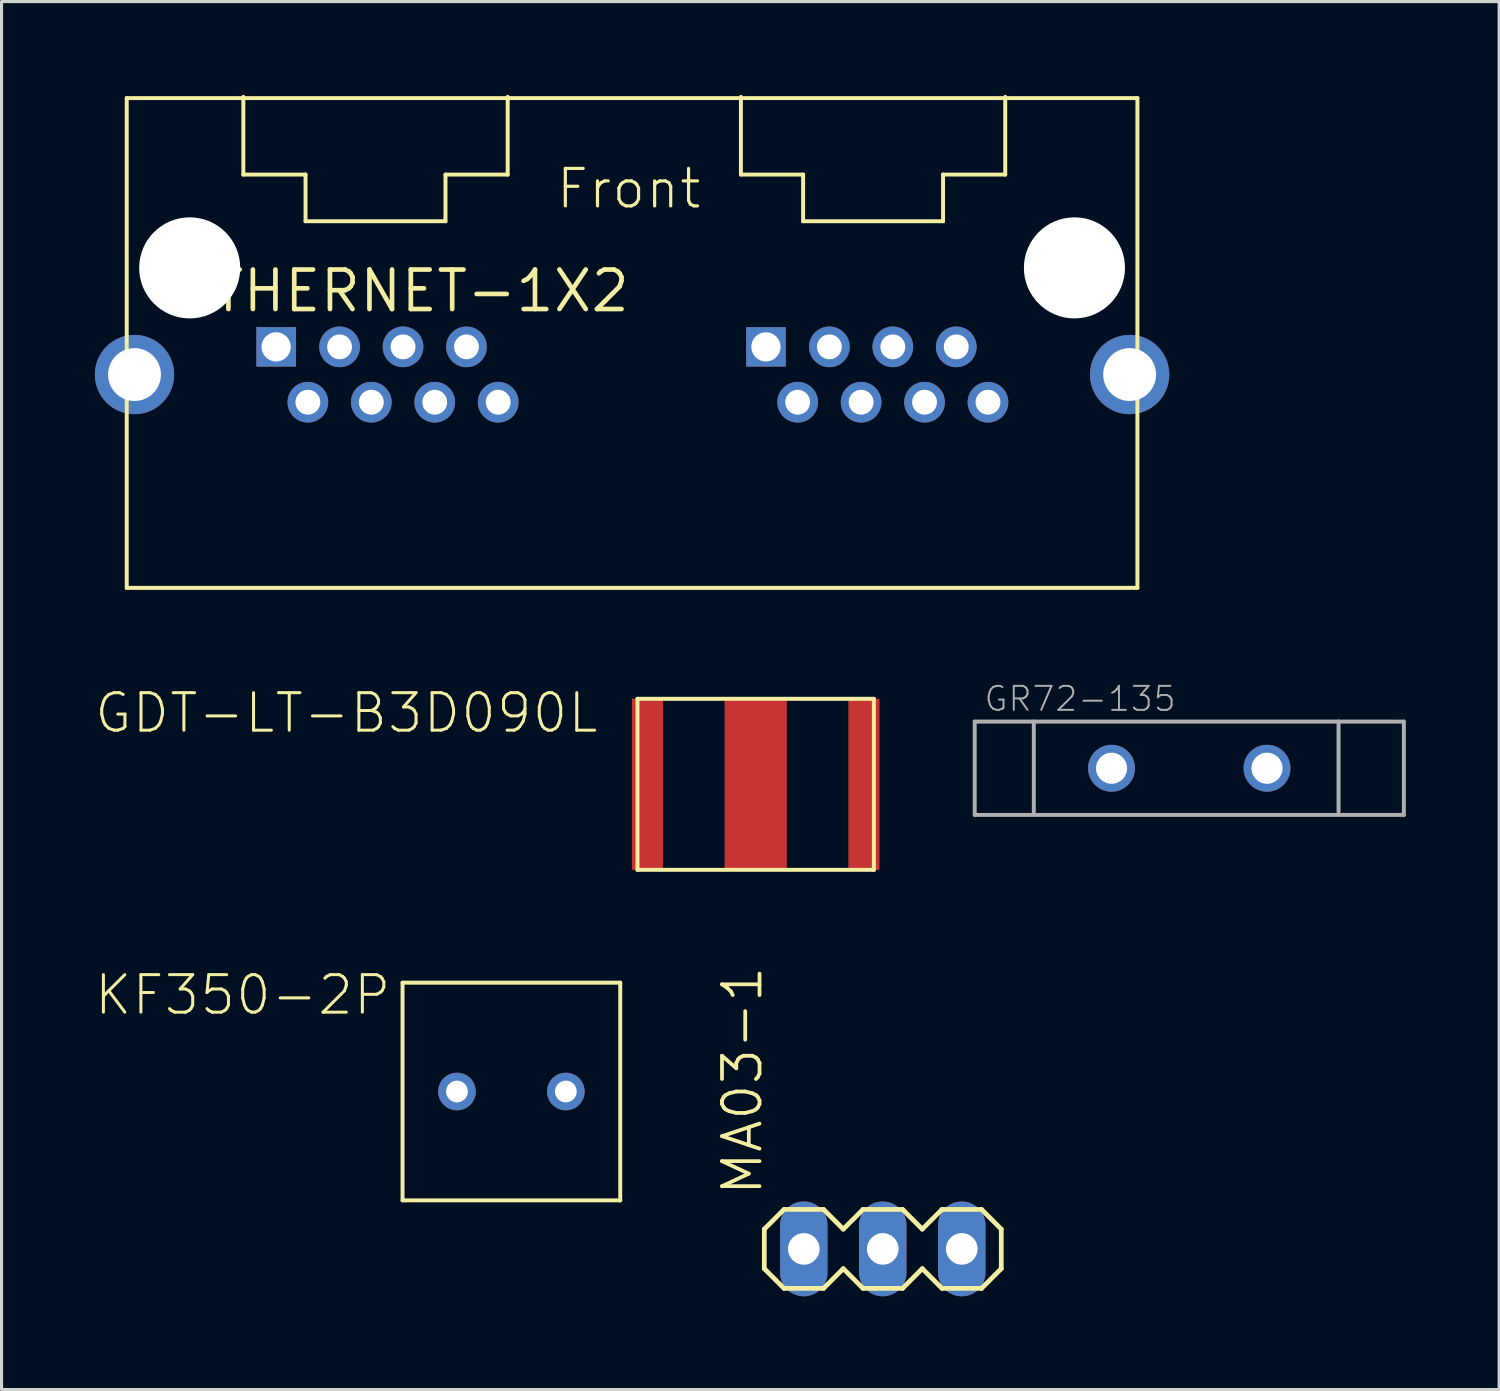
<source format=kicad_pcb>
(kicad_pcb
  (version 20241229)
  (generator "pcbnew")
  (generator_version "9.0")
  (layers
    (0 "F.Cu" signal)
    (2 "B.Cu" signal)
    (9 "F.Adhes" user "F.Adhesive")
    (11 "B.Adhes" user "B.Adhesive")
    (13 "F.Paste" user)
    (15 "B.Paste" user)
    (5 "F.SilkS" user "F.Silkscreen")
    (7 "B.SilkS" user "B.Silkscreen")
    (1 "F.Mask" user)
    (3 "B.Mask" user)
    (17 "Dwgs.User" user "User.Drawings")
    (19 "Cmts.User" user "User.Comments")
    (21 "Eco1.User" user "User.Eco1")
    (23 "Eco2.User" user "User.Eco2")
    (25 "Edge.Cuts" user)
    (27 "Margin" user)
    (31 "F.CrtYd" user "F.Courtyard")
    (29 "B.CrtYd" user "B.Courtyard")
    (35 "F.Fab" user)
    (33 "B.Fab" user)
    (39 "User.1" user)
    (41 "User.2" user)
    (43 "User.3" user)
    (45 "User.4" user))
  (footprint "ETHERNET-1X2"
    (layer "F.Cu")
    (at 17.275 5.564)
    (property "Reference" "ETHERNET-1X2" (at 0 0 0) (layer "F.SilkS") (effects (font (size 1.27 1.27) (thickness 0.15)) (justify right top)))
    (attr through_hole)
    (fp_line (start -16.25 -5.46) (end -16.25 10.29) (stroke (width 0.127) (type solid)) (layer "F.SilkS"))
    (fp_line (start -16.25 -5.46) (end 16.25 -5.46) (stroke (width 0.127) (type solid)) (layer "F.SilkS"))
    (fp_line (start -16.25 10.29) (end 16.25 10.29) (stroke (width 0.127) (type solid)) (layer "F.SilkS"))
    (fp_line (start -12.5 -5.5) (end -12.5 -3) (stroke (width 0.127) (type solid)) (layer "F.SilkS"))
    (fp_line (start -12.5 -3) (end -10.5 -3) (stroke (width 0.127) (type solid)) (layer "F.SilkS"))
    (fp_line (start -10.5 -3) (end -10.5 -1.5) (stroke (width 0.127) (type solid)) (layer "F.SilkS"))
    (fp_line (start -10.5 -1.5) (end -6 -1.5) (stroke (width 0.127) (type solid)) (layer "F.SilkS"))
    (fp_line (start -6 -3) (end -4 -3) (stroke (width 0.127) (type solid)) (layer "F.SilkS"))
    (fp_line (start -6 -1.5) (end -6 -3) (stroke (width 0.127) (type solid)) (layer "F.SilkS"))
    (fp_line (start -4 -3) (end -4 -5.5) (stroke (width 0.127) (type solid)) (layer "F.SilkS"))
    (fp_line (start 3.5 -3) (end 3.5 -5.5) (stroke (width 0.127) (type solid)) (layer "F.SilkS"))
    (fp_line (start 5.5 -3) (end 3.5 -3) (stroke (width 0.127) (type solid)) (layer "F.SilkS"))
    (fp_line (start 5.5 -1.5) (end 5.5 -3) (stroke (width 0.127) (type solid)) (layer "F.SilkS"))
    (fp_line (start 10 -3) (end 10 -1.5) (stroke (width 0.127) (type solid)) (layer "F.SilkS"))
    (fp_line (start 10 -1.5) (end 5.5 -1.5) (stroke (width 0.127) (type solid)) (layer "F.SilkS"))
    (fp_line (start 12 -5.5) (end 12 -3) (stroke (width 0.127) (type solid)) (layer "F.SilkS"))
    (fp_line (start 12 -3) (end 10 -3) (stroke (width 0.127) (type solid)) (layer "F.SilkS"))
    (fp_line (start 16.25 -5.46) (end 16.25 10.29) (stroke (width 0.127) (type solid)) (layer "F.SilkS"))
    (fp_text user "Front" (at -2.5 -1.84 0) (layer "F.SilkS") (effects (font (size 1.206 1.206) (thickness 0.102)) (justify left bottom)))
    (pad "" np_thru_hole circle (at -14.225 0) (size 3.25 3.25) (drill 3.25) (layers "*.Cu" "*.Mask"))
    (pad "" np_thru_hole circle (at 14.225 0) (size 3.25 3.25) (drill 3.25) (layers "*.Cu" "*.Mask"))
    (pad "1-1" thru_hole rect (at 4.305 2.54) (size 1.27 1.27) (drill 0.94) (layers "*.Cu" "*.Mask"))
    (pad "1-2" thru_hole circle (at 5.325 4.32) (size 1.308 1.308) (drill 0.8) (layers "*.Cu" "*.Mask"))
    (pad "1-3" thru_hole circle (at 6.345 2.54) (size 1.308 1.308) (drill 0.8) (layers "*.Cu" "*.Mask"))
    (pad "1-4" thru_hole circle (at 7.365 4.32) (size 1.308 1.308) (drill 0.8) (layers "*.Cu" "*.Mask"))
    (pad "1-5" thru_hole circle (at 8.385 2.54) (size 1.308 1.308) (drill 0.8) (layers "*.Cu" "*.Mask"))
    (pad "1-6" thru_hole circle (at 9.405 4.32) (size 1.308 1.308) (drill 0.8) (layers "*.Cu" "*.Mask"))
    (pad "1-7" thru_hole circle (at 10.425 2.54) (size 1.308 1.308) (drill 0.8) (layers "*.Cu" "*.Mask"))
    (pad "1-8" thru_hole circle (at 11.445 4.32) (size 1.308 1.308) (drill 0.8) (layers "*.Cu" "*.Mask"))
    (pad "2-1" thru_hole rect (at -11.445 2.54) (size 1.27 1.27) (drill 0.94) (layers "*.Cu" "*.Mask"))
    (pad "2-2" thru_hole circle (at -10.425 4.32) (size 1.308 1.308) (drill 0.8) (layers "*.Cu" "*.Mask"))
    (pad "2-3" thru_hole circle (at -9.405 2.54) (size 1.308 1.308) (drill 0.8) (layers "*.Cu" "*.Mask"))
    (pad "2-4" thru_hole circle (at -8.385 4.32) (size 1.308 1.308) (drill 0.8) (layers "*.Cu" "*.Mask"))
    (pad "2-5" thru_hole circle (at -7.365 2.54) (size 1.308 1.308) (drill 0.8) (layers "*.Cu" "*.Mask"))
    (pad "2-6" thru_hole circle (at -6.345 4.32) (size 1.308 1.308) (drill 0.8) (layers "*.Cu" "*.Mask"))
    (pad "2-7" thru_hole circle (at -5.325 2.54) (size 1.308 1.308) (drill 0.8) (layers "*.Cu" "*.Mask"))
    (pad "2-8" thru_hole circle (at -4.305 4.32) (size 1.308 1.308) (drill 0.8) (layers "*.Cu" "*.Mask"))
    (pad "S1" thru_hole circle (at 16 3.43) (size 2.55 2.55) (drill 1.7) (layers "*.Cu" "*.Mask"))
    (pad "S2" thru_hole circle (at -16 3.43) (size 2.55 2.55) (drill 1.7) (layers "*.Cu" "*.Mask")))
  (footprint "KF350-2P"
    (layer "F.Cu")
    (at 13.395 32.049)
    (property "Reference" "KF350-2P" (at -3.81 -3.81 180) (layer "F.SilkS") (effects (font (size 1.206 1.206) (thickness 0.097)) (justify right top)))
    (attr through_hole)
    (fp_line (start -3.5 -3.5) (end -3.5 3.5) (stroke (width 0.127) (type solid)) (layer "F.SilkS"))
    (fp_line (start -3.5 3.5) (end 3.5 3.5) (stroke (width 0.127) (type solid)) (layer "F.SilkS"))
    (fp_line (start 3.5 -3.5) (end -3.5 -3.5) (stroke (width 0.127) (type solid)) (layer "F.SilkS"))
    (fp_line (start 3.5 3.5) (end 3.5 -3.5) (stroke (width 0.127) (type solid)) (layer "F.SilkS"))
    (pad "1" thru_hole circle (at -1.75 0) (size 1.208 1.208) (drill 0.7) (layers "*.Cu" "*.Mask"))
    (pad "2" thru_hole circle (at 1.75 0) (size 1.208 1.208) (drill 0.7) (layers "*.Cu" "*.Mask")))
  (footprint "GDT-LT-B3D090L"
    (layer "F.Cu")
    (at 21.25 22.171)
    (property "Reference" "GDT-LT-B3D090L" (at -5 -3 180) (layer "F.SilkS") (effects (font (size 1.206 1.206) (thickness 0.097)) (justify right top)))
    (attr through_hole)
    (fp_line (start -3.8 -2.75) (end -3.8 2.75) (stroke (width 0.127) (type solid)) (layer "F.SilkS"))
    (fp_line (start -3.8 2.75) (end 3.8 2.75) (stroke (width 0.127) (type solid)) (layer "F.SilkS"))
    (fp_line (start 3.8 -2.75) (end -3.8 -2.75) (stroke (width 0.127) (type solid)) (layer "F.SilkS"))
    (fp_line (start 3.8 2.75) (end 3.8 -2.75) (stroke (width 0.127) (type solid)) (layer "F.SilkS"))
    (pad "1" smd rect (at -3.48 0) (size 1 5.5) (layers "F.Cu" "F.Mask" "F.Paste"))
    (pad "2" smd rect (at 3.48 0) (size 1 5.5) (layers "F.Cu" "F.Mask" "F.Paste"))
    (pad "3" smd rect (at 0 0) (size 2 5.5) (layers "F.Cu" "F.Mask" "F.Paste")))
  (footprint "GR72-135"
    (layer "F.Cu")
    (at 35.193 21.654)
    (property "Reference" "GR72-135" (at -6.64 -1.78 0) (layer "F.Fab") (effects (font (size 0.772 0.772) (thickness 0.062)) (justify left bottom)))
    (attr through_hole)
    (fp_line (start -6.9 -1.5) (end -6.9 1.5) (stroke (width 0.127) (type solid)) (layer "F.Fab"))
    (fp_line (start -6.9 1.5) (end 6.9 1.5) (stroke (width 0.127) (type solid)) (layer "F.Fab"))
    (fp_line (start -5 -1.5) (end -6.9 -1.5) (stroke (width 0.127) (type solid)) (layer "F.Fab"))
    (fp_line (start -5 -1.5) (end -5 1.4) (stroke (width 0.127) (type solid)) (layer "F.Fab"))
    (fp_line (start 4.8 -1.5) (end -5 -1.5) (stroke (width 0.127) (type solid)) (layer "F.Fab"))
    (fp_line (start 4.8 -1.5) (end 4.8 1.4) (stroke (width 0.127) (type solid)) (layer "F.Fab"))
    (fp_line (start 6.9 -1.5) (end 4.8 -1.5) (stroke (width 0.127) (type solid)) (layer "F.Fab"))
    (fp_line (start 6.9 1.5) (end 6.9 -1.5) (stroke (width 0.127) (type solid)) (layer "F.Fab"))
    (pad "P$1" thru_hole circle (at -2.5 0) (size 1.508 1.508) (drill 1) (layers "*.Cu" "*.Mask"))
    (pad "P$2" thru_hole circle (at 2.5 0) (size 1.508 1.508) (drill 1) (layers "*.Cu" "*.Mask")))
  (footprint "MA03-1"
    (layer "F.Cu")
    (at 25.337 37.11)
    (property "Reference" "MA03-1" (at -3.81 -1.651 90) (layer "F.SilkS") (effects (font (size 1.206 1.206) (thickness 0.121)) (justify left bottom)))
    (attr through_hole)
    (fp_line (start -3.81 -0.635) (end -3.81 0.635) (stroke (width 0.152) (type solid)) (layer "F.SilkS"))
    (fp_line (start -3.81 0.635) (end -3.175 1.27) (stroke (width 0.152) (type solid)) (layer "F.SilkS"))
    (fp_line (start -3.175 -1.27) (end -3.81 -0.635) (stroke (width 0.152) (type solid)) (layer "F.SilkS"))
    (fp_line (start -3.175 -1.27) (end -1.905 -1.27) (stroke (width 0.152) (type solid)) (layer "F.SilkS"))
    (fp_line (start -1.905 -1.27) (end -1.27 -0.635) (stroke (width 0.152) (type solid)) (layer "F.SilkS"))
    (fp_line (start -1.905 1.27) (end -3.175 1.27) (stroke (width 0.152) (type solid)) (layer "F.SilkS"))
    (fp_line (start -1.27 -0.635) (end -0.635 -1.27) (stroke (width 0.152) (type solid)) (layer "F.SilkS"))
    (fp_line (start -1.27 0.635) (end -1.905 1.27) (stroke (width 0.152) (type solid)) (layer "F.SilkS"))
    (fp_line (start -0.635 -1.27) (end 0.635 -1.27) (stroke (width 0.152) (type solid)) (layer "F.SilkS"))
    (fp_line (start -0.635 1.27) (end -1.27 0.635) (stroke (width 0.152) (type solid)) (layer "F.SilkS"))
    (fp_line (start 0.635 -1.27) (end 1.27 -0.635) (stroke (width 0.152) (type solid)) (layer "F.SilkS"))
    (fp_line (start 0.635 1.27) (end -0.635 1.27) (stroke (width 0.152) (type solid)) (layer "F.SilkS"))
    (fp_line (start 1.27 -0.635) (end 1.905 -1.27) (stroke (width 0.152) (type solid)) (layer "F.SilkS"))
    (fp_line (start 1.27 0.635) (end 0.635 1.27) (stroke (width 0.152) (type solid)) (layer "F.SilkS"))
    (fp_line (start 1.905 -1.27) (end 3.175 -1.27) (stroke (width 0.152) (type solid)) (layer "F.SilkS"))
    (fp_line (start 1.905 1.27) (end 1.27 0.635) (stroke (width 0.152) (type solid)) (layer "F.SilkS"))
    (fp_line (start 3.175 -1.27) (end 3.81 -0.635) (stroke (width 0.152) (type solid)) (layer "F.SilkS"))
    (fp_line (start 3.175 1.27) (end 1.905 1.27) (stroke (width 0.152) (type solid)) (layer "F.SilkS"))
    (fp_line (start 3.81 -0.635) (end 3.81 0.635) (stroke (width 0.152) (type solid)) (layer "F.SilkS"))
    (fp_line (start 3.81 0.635) (end 3.175 1.27) (stroke (width 0.152) (type solid)) (layer "F.SilkS"))
    (fp_poly (pts (xy -2.794 0.254) (xy -2.286 0.254) (xy -2.286 -0.254) (xy -2.794 -0.254)) (stroke (width 0.1) (type solid)) (fill no) (layer "F.Fab"))
    (fp_poly (pts (xy -0.254 0.254) (xy 0.254 0.254) (xy 0.254 -0.254) (xy -0.254 -0.254)) (stroke (width 0.1) (type solid)) (fill no) (layer "F.Fab"))
    (fp_poly (pts (xy 2.286 0.254) (xy 2.794 0.254) (xy 2.794 -0.254) (xy 2.286 -0.254)) (stroke (width 0.1) (type solid)) (fill no) (layer "F.Fab"))
    (pad "1" thru_hole oval (at -2.54 0 90) (size 3.048 1.524) (drill 1.016) (layers "*.Cu" "*.Mask"))
    (pad "2" thru_hole oval (at 0 0 90) (size 3.048 1.524) (drill 1.016) (layers "*.Cu" "*.Mask"))
    (pad "3" thru_hole oval (at 2.54 0 90) (size 3.048 1.524) (drill 1.016) (layers "*.Cu" "*.Mask")))
  (gr_rect
    (start -3 -3)
    (end 45.157 41.634)
    (stroke (width 0.1) (type default))
    (fill no)
    (layer "Edge.Cuts")))
</source>
